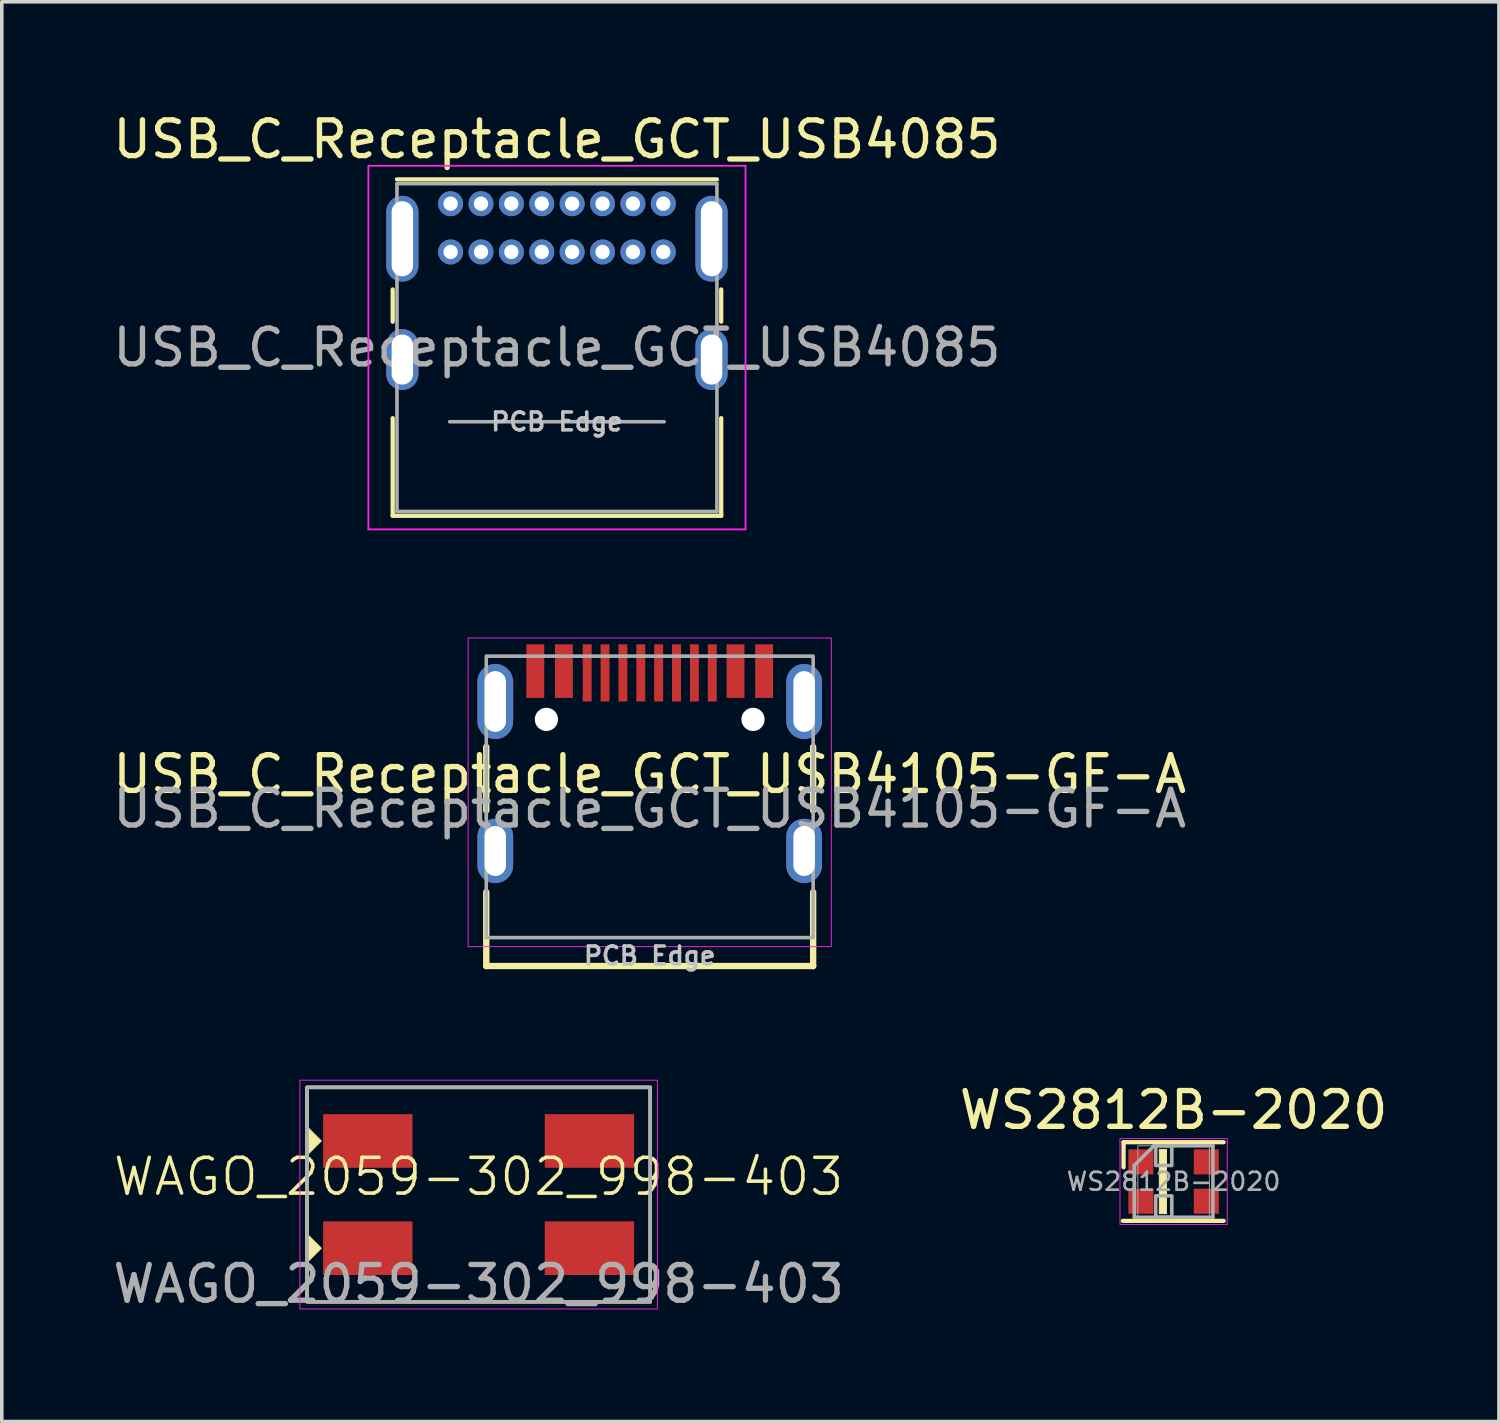
<source format=kicad_pcb>
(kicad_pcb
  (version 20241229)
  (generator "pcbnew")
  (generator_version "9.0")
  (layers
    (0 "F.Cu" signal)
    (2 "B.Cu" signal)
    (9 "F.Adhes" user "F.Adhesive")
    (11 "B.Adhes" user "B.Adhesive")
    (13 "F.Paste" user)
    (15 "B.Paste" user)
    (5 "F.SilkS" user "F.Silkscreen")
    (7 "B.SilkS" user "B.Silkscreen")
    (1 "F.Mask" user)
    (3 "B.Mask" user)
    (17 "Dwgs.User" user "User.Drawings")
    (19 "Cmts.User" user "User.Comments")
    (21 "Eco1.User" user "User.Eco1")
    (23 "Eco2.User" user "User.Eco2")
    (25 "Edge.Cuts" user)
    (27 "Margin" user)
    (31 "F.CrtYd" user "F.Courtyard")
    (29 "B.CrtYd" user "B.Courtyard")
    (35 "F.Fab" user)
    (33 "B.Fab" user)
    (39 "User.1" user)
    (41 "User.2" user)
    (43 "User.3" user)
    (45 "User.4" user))
  (footprint "USB_C_Receptacle_GCT_USB4085"
    (layer "F.Cu")
    (at 9.555 2.648)
    (property "Reference" "USB_C_Receptacle_GCT_USB4085" (at 2.975 -1.8 0) (layer "F.SilkS") (effects (font (size 1 1) (thickness 0.15))))
    (attr through_hole)
    (fp_line (start -1.62 2.4) (end -1.62 3.3) (stroke (width 0.12) (type solid)) (layer "F.SilkS"))
    (fp_line (start -1.62 6) (end -1.62 8.73) (stroke (width 0.12) (type solid)) (layer "F.SilkS"))
    (fp_line (start -1.62 8.73) (end 7.57 8.73) (stroke (width 0.12) (type solid)) (layer "F.SilkS"))
    (fp_line (start -1.5 -0.68) (end 7.45 -0.68) (stroke (width 0.12) (type solid)) (layer "F.SilkS"))
    (fp_line (start 7.57 2.4) (end 7.57 3.3) (stroke (width 0.12) (type solid)) (layer "F.SilkS"))
    (fp_line (start 7.57 6) (end 7.57 8.73) (stroke (width 0.12) (type solid)) (layer "F.SilkS"))
    (fp_line (start -2.3 -1.06) (end -2.3 9.11) (stroke (width 0.05) (type solid)) (layer "F.CrtYd"))
    (fp_line (start -2.3 -1.06) (end 8.25 -1.06) (stroke (width 0.05) (type solid)) (layer "F.CrtYd"))
    (fp_line (start -2.3 9.11) (end 8.25 9.11) (stroke (width 0.05) (type solid)) (layer "F.CrtYd"))
    (fp_line (start 8.25 -1.06) (end 8.25 9.11) (stroke (width 0.05) (type solid)) (layer "F.CrtYd"))
    (fp_line (start -1.5 -0.56) (end -1.5 8.61) (stroke (width 0.1) (type solid)) (layer "F.Fab"))
    (fp_line (start -1.5 -0.56) (end 7.45 -0.56) (stroke (width 0.1) (type solid)) (layer "F.Fab"))
    (fp_line (start -1.5 8.61) (end 7.45 8.61) (stroke (width 0.1) (type solid)) (layer "F.Fab"))
    (fp_line (start -0.025 6.1) (end 5.975 6.1) (stroke (width 0.1) (type solid)) (layer "F.Fab"))
    (fp_line (start 7.45 -0.56) (end 7.45 8.61) (stroke (width 0.1) (type solid)) (layer "F.Fab"))
    (fp_text user "PCB Edge" (at 2.975 6.1 0) (layer "Dwgs.User") (effects (font (size 0.5 0.5) (thickness 0.1))))
    (fp_text user "${REFERENCE}" (at 2.975 4.025 0) (layer "F.Fab") (effects (font (size 1 1) (thickness 0.15))))
    (pad "A1" thru_hole circle (at 0 0) (size 0.7 0.7) (drill 0.4) (layers "*.Cu" "*.Mask"))
    (pad "A4" thru_hole circle (at 0.85 0) (size 0.7 0.7) (drill 0.4) (layers "*.Cu" "*.Mask"))
    (pad "A5" thru_hole circle (at 1.7 0) (size 0.7 0.7) (drill 0.4) (layers "*.Cu" "*.Mask"))
    (pad "A6" thru_hole circle (at 2.55 0) (size 0.7 0.7) (drill 0.4) (layers "*.Cu" "*.Mask"))
    (pad "A7" thru_hole circle (at 3.4 0) (size 0.7 0.7) (drill 0.4) (layers "*.Cu" "*.Mask"))
    (pad "A8" thru_hole circle (at 4.25 0) (size 0.7 0.7) (drill 0.4) (layers "*.Cu" "*.Mask"))
    (pad "A9" thru_hole circle (at 5.1 0) (size 0.7 0.7) (drill 0.4) (layers "*.Cu" "*.Mask"))
    (pad "A12" thru_hole circle (at 5.95 0) (size 0.7 0.7) (drill 0.4) (layers "*.Cu" "*.Mask"))
    (pad "B1" thru_hole circle (at 5.95 1.35) (size 0.7 0.7) (drill 0.4) (layers "*.Cu" "*.Mask"))
    (pad "B4" thru_hole circle (at 5.1 1.35) (size 0.7 0.7) (drill 0.4) (layers "*.Cu" "*.Mask"))
    (pad "B5" thru_hole circle (at 4.25 1.35) (size 0.7 0.7) (drill 0.4) (layers "*.Cu" "*.Mask"))
    (pad "B6" thru_hole circle (at 3.4 1.35) (size 0.7 0.7) (drill 0.4) (layers "*.Cu" "*.Mask"))
    (pad "B7" thru_hole circle (at 2.55 1.35) (size 0.7 0.7) (drill 0.4) (layers "*.Cu" "*.Mask"))
    (pad "B8" thru_hole circle (at 1.7 1.35) (size 0.7 0.7) (drill 0.4) (layers "*.Cu" "*.Mask"))
    (pad "B9" thru_hole circle (at 0.85 1.35) (size 0.7 0.7) (drill 0.4) (layers "*.Cu" "*.Mask"))
    (pad "B12" thru_hole circle (at 0 1.35) (size 0.7 0.7) (drill 0.4) (layers "*.Cu" "*.Mask"))
    (pad "S1" thru_hole oval (at -1.35 0.98) (size 0.9 2.4) (drill oval 0.6 2.1) (layers "*.Cu" "*.Mask"))
    (pad "S1" thru_hole oval (at -1.35 4.36) (size 0.9 1.7) (drill oval 0.6 1.4) (layers "*.Cu" "*.Mask"))
    (pad "S1" thru_hole oval (at 7.3 0.98) (size 0.9 2.4) (drill oval 0.6 2.1) (layers "*.Cu" "*.Mask"))
    (pad "S1" thru_hole oval (at 7.3 4.36) (size 0.9 1.7) (drill oval 0.6 1.4) (layers "*.Cu" "*.Mask")))
  (footprint "USB_C_Receptacle_GCT_USB4105-GF-A"
    (layer "F.Cu")
    (at 15.125 16.574)
    (property "Reference" "USB_C_Receptacle_GCT_USB4105-GF-A" (at 0 2.032 0) (layer "F.SilkS") (effects (font (size 1 1) (thickness 0.15))))
    (attr through_hole)
    (fp_line (start -4.572 3.048) (end -4.572 1.27) (stroke (width 0.178) (type solid)) (layer "F.SilkS"))
    (fp_line (start -4.572 5.334) (end -4.572 7.4) (stroke (width 0.178) (type solid)) (layer "F.SilkS"))
    (fp_line (start -4.572 7.4) (end 4.572 7.4) (stroke (width 0.178) (type solid)) (layer "F.SilkS"))
    (fp_line (start 4.572 3.048) (end 4.572 1.27) (stroke (width 0.178) (type solid)) (layer "F.SilkS"))
    (fp_line (start 4.572 5.334) (end 4.572 7.4) (stroke (width 0.178) (type solid)) (layer "F.SilkS"))
    (fp_rect (start -5.08 6.858) (end 5.08 -1.778) (stroke (width 0.025) (type solid)) (fill no) (layer "F.CrtYd"))
    (fp_rect (start -4.572 6.604) (end 4.572 -1.27) (stroke (width 0.1) (type solid)) (fill no) (layer "F.Fab"))
    (fp_text user "PCB Edge" (at 0 7.112 0) (layer "Dwgs.User") (effects (font (size 0.5 0.5) (thickness 0.1))))
    (fp_text user "${REFERENCE}" (at 0 3 0) (layer "F.Fab") (effects (font (size 1 1) (thickness 0.15))))
    (pad "" np_thru_hole circle (at -2.89 0.5) (size 0.65 0.65) (drill 0.65) (layers "*.Cu" "*.Mask"))
    (pad "" np_thru_hole circle (at 2.89 0.5) (size 0.65 0.65) (drill 0.65) (layers "*.Cu" "*.Mask"))
    (pad "A1" smd rect (at -3.2 -0.85) (size 0.5 1.5) (layers "F.Cu" "F.Mask" "F.Paste"))
    (pad "A4" smd rect (at -2.4 -0.85) (size 0.5 1.5) (layers "F.Cu" "F.Mask" "F.Paste"))
    (pad "A5" smd rect (at -1.25 -0.8) (size 0.25 1.6) (layers "F.Cu" "F.Mask" "F.Paste"))
    (pad "A6" smd rect (at -0.25 -0.8) (size 0.25 1.6) (layers "F.Cu" "F.Mask" "F.Paste"))
    (pad "A7" smd rect (at 0.25 -0.8) (size 0.25 1.6) (layers "F.Cu" "F.Mask" "F.Paste"))
    (pad "A8" smd rect (at 1.25 -0.8) (size 0.25 1.6) (layers "F.Cu" "F.Mask" "F.Paste"))
    (pad "B1" smd rect (at 3.2 -0.85) (size 0.5 1.5) (layers "F.Cu" "F.Mask" "F.Paste"))
    (pad "B4" smd rect (at 2.4 -0.85) (size 0.5 1.5) (layers "F.Cu" "F.Mask" "F.Paste"))
    (pad "B5" smd rect (at 1.75 -0.8) (size 0.25 1.6) (layers "F.Cu" "F.Mask" "F.Paste"))
    (pad "B6" smd rect (at 0.75 -0.8) (size 0.25 1.6) (layers "F.Cu" "F.Mask" "F.Paste"))
    (pad "B7" smd rect (at -0.75 -0.8) (size 0.25 1.6) (layers "F.Cu" "F.Mask" "F.Paste"))
    (pad "B8" smd rect (at -1.75 -0.8) (size 0.25 1.6) (layers "F.Cu" "F.Mask" "F.Paste"))
    (pad "SH" thru_hole oval (at -4.32 0) (size 1 2.1) (drill oval 0.6 1.7) (layers "*.Cu" "*.Mask"))
    (pad "SH" thru_hole oval (at -4.32 4.18) (size 1 1.8) (drill oval 0.6 1.4) (layers "*.Cu" "*.Mask"))
    (pad "SH" thru_hole oval (at 4.32 0) (size 1 2.1) (drill oval 0.6 1.7) (layers "*.Cu" "*.Mask"))
    (pad "SH" thru_hole oval (at 4.32 4.18) (size 1 1.8) (drill oval 0.6 1.4) (layers "*.Cu" "*.Mask")))
  (footprint "WAGO_2059-302_998-403"
    (layer "F.Cu")
    (at 10.339 30.367)
    (property "Reference" "WAGO_2059-302_998-403" (at 0 -0.5 0) (unlocked yes) (layer "F.SilkS") (effects (font (size 1 1) (thickness 0.1))))
    (attr smd)
    (fp_rect (start -4.8 -3) (end 4.8 3) (stroke (width 0.1) (type default)) (fill no) (layer "F.SilkS"))
    (fp_poly (pts (xy -4.8 -1.1) (xy -4.4 -1.5) (xy -4.8 -1.9)) (stroke (width 0.025) (type solid)) (fill yes) (layer "F.SilkS"))
    (fp_poly (pts (xy -4.8 1.9) (xy -4.4 1.5) (xy -4.8 1.1)) (stroke (width 0.025) (type solid)) (fill yes) (layer "F.SilkS"))
    (fp_rect (start -5 -3.2) (end 5 3.2) (stroke (width 0.025) (type default)) (fill no) (layer "F.CrtYd"))
    (fp_rect (start -4.8 -3) (end 4.8 3) (stroke (width 0.1) (type default)) (fill no) (layer "F.Fab"))
    (fp_text user "${REFERENCE}" (at 0 2.5 0) (unlocked yes) (layer "F.Fab") (effects (font (size 1 1) (thickness 0.15))))
    (pad "1" smd rect (at -3.1 -1.5) (size 2.5 1.5) (layers "F.Cu" "F.Mask" "F.Paste"))
    (pad "1" smd rect (at 3.1 -1.5) (size 2.5 1.5) (layers "F.Cu" "F.Mask" "F.Paste"))
    (pad "2" smd rect (at -3.1 1.5) (size 2.5 1.5) (layers "F.Cu" "F.Mask" "F.Paste"))
    (pad "2" smd rect (at 3.1 1.5) (size 2.5 1.5) (layers "F.Cu" "F.Mask" "F.Paste")))
  (footprint "WS2812B-2020"
    (layer "F.Cu")
    (at 29.78 30.002)
    (property "Reference" "WS2812B-2020" (at 0 -2 0) (layer "F.SilkS") (effects (font (size 1 1) (thickness 0.15))))
    (attr smd)
    (fp_line (start -1.42 1.1) (end 1.4 1.1) (stroke (width 0.12) (type solid)) (layer "F.SilkS"))
    (fp_line (start -1.4 -1.1) (end -1.4 -0.4) (stroke (width 0.12) (type solid)) (layer "F.SilkS"))
    (fp_line (start -1.4 -1.1) (end 1.4 -1.1) (stroke (width 0.12) (type solid)) (layer "F.SilkS"))
    (fp_rect (start -0.4 -0.9) (end -0.2 0.9) (stroke (width 0.025) (type solid)) (fill yes) (layer "F.SilkS"))
    (fp_rect (start -1.5 -1.2) (end 1.5 1.2) (stroke (width 0.025) (type default)) (fill no) (layer "F.CrtYd"))
    (fp_line (start -1.1 -0.45) (end -1.1 1) (stroke (width 0.1) (type solid)) (layer "F.Fab"))
    (fp_line (start -1.1 1) (end 1.1 1) (stroke (width 0.1) (type solid)) (layer "F.Fab"))
    (fp_line (start -0.55 -1) (end -1.1 -0.45) (stroke (width 0.1) (type solid)) (layer "F.Fab"))
    (fp_line (start 1.1 -1) (end -0.55 -1) (stroke (width 0.1) (type solid)) (layer "F.Fab"))
    (fp_line (start 1.1 -1) (end 1.1 1) (stroke (width 0.1) (type solid)) (layer "F.Fab"))
    (fp_rect (start -1 1) (end 1 -1) (stroke (width 0.025) (type default)) (fill no) (layer "F.Fab"))
    (fp_rect (start -0.5 -1) (end -0.05 -0.45) (stroke (width 0.1) (type solid)) (fill no) (layer "F.Fab"))
    (fp_rect (start -0.5 0.4) (end -0.05 1) (stroke (width 0.1) (type solid)) (fill no) (layer "F.Fab"))
    (fp_text user "${REFERENCE}" (at 0 0 0) (layer "F.Fab") (effects (font (size 0.5 0.5) (thickness 0.075))))
    (pad "1" smd rect (at -0.915 -0.55) (size 0.7 0.7) (layers "F.Cu" "F.Mask" "F.Paste"))
    (pad "2" smd rect (at -0.915 0.55) (size 0.7 0.7) (layers "F.Cu" "F.Mask" "F.Paste"))
    (pad "3" smd rect (at 0.915 0.55) (size 0.7 0.7) (layers "F.Cu" "F.Mask" "F.Paste"))
    (pad "4" smd rect (at 0.915 -0.55) (size 0.7 0.7) (layers "F.Cu" "F.Mask" "F.Paste")))
  (gr_rect
    (start -3 -3)
    (end 38.881 36.715)
    (stroke (width 0.1) (type default))
    (fill no)
    (layer "Edge.Cuts")))
</source>
